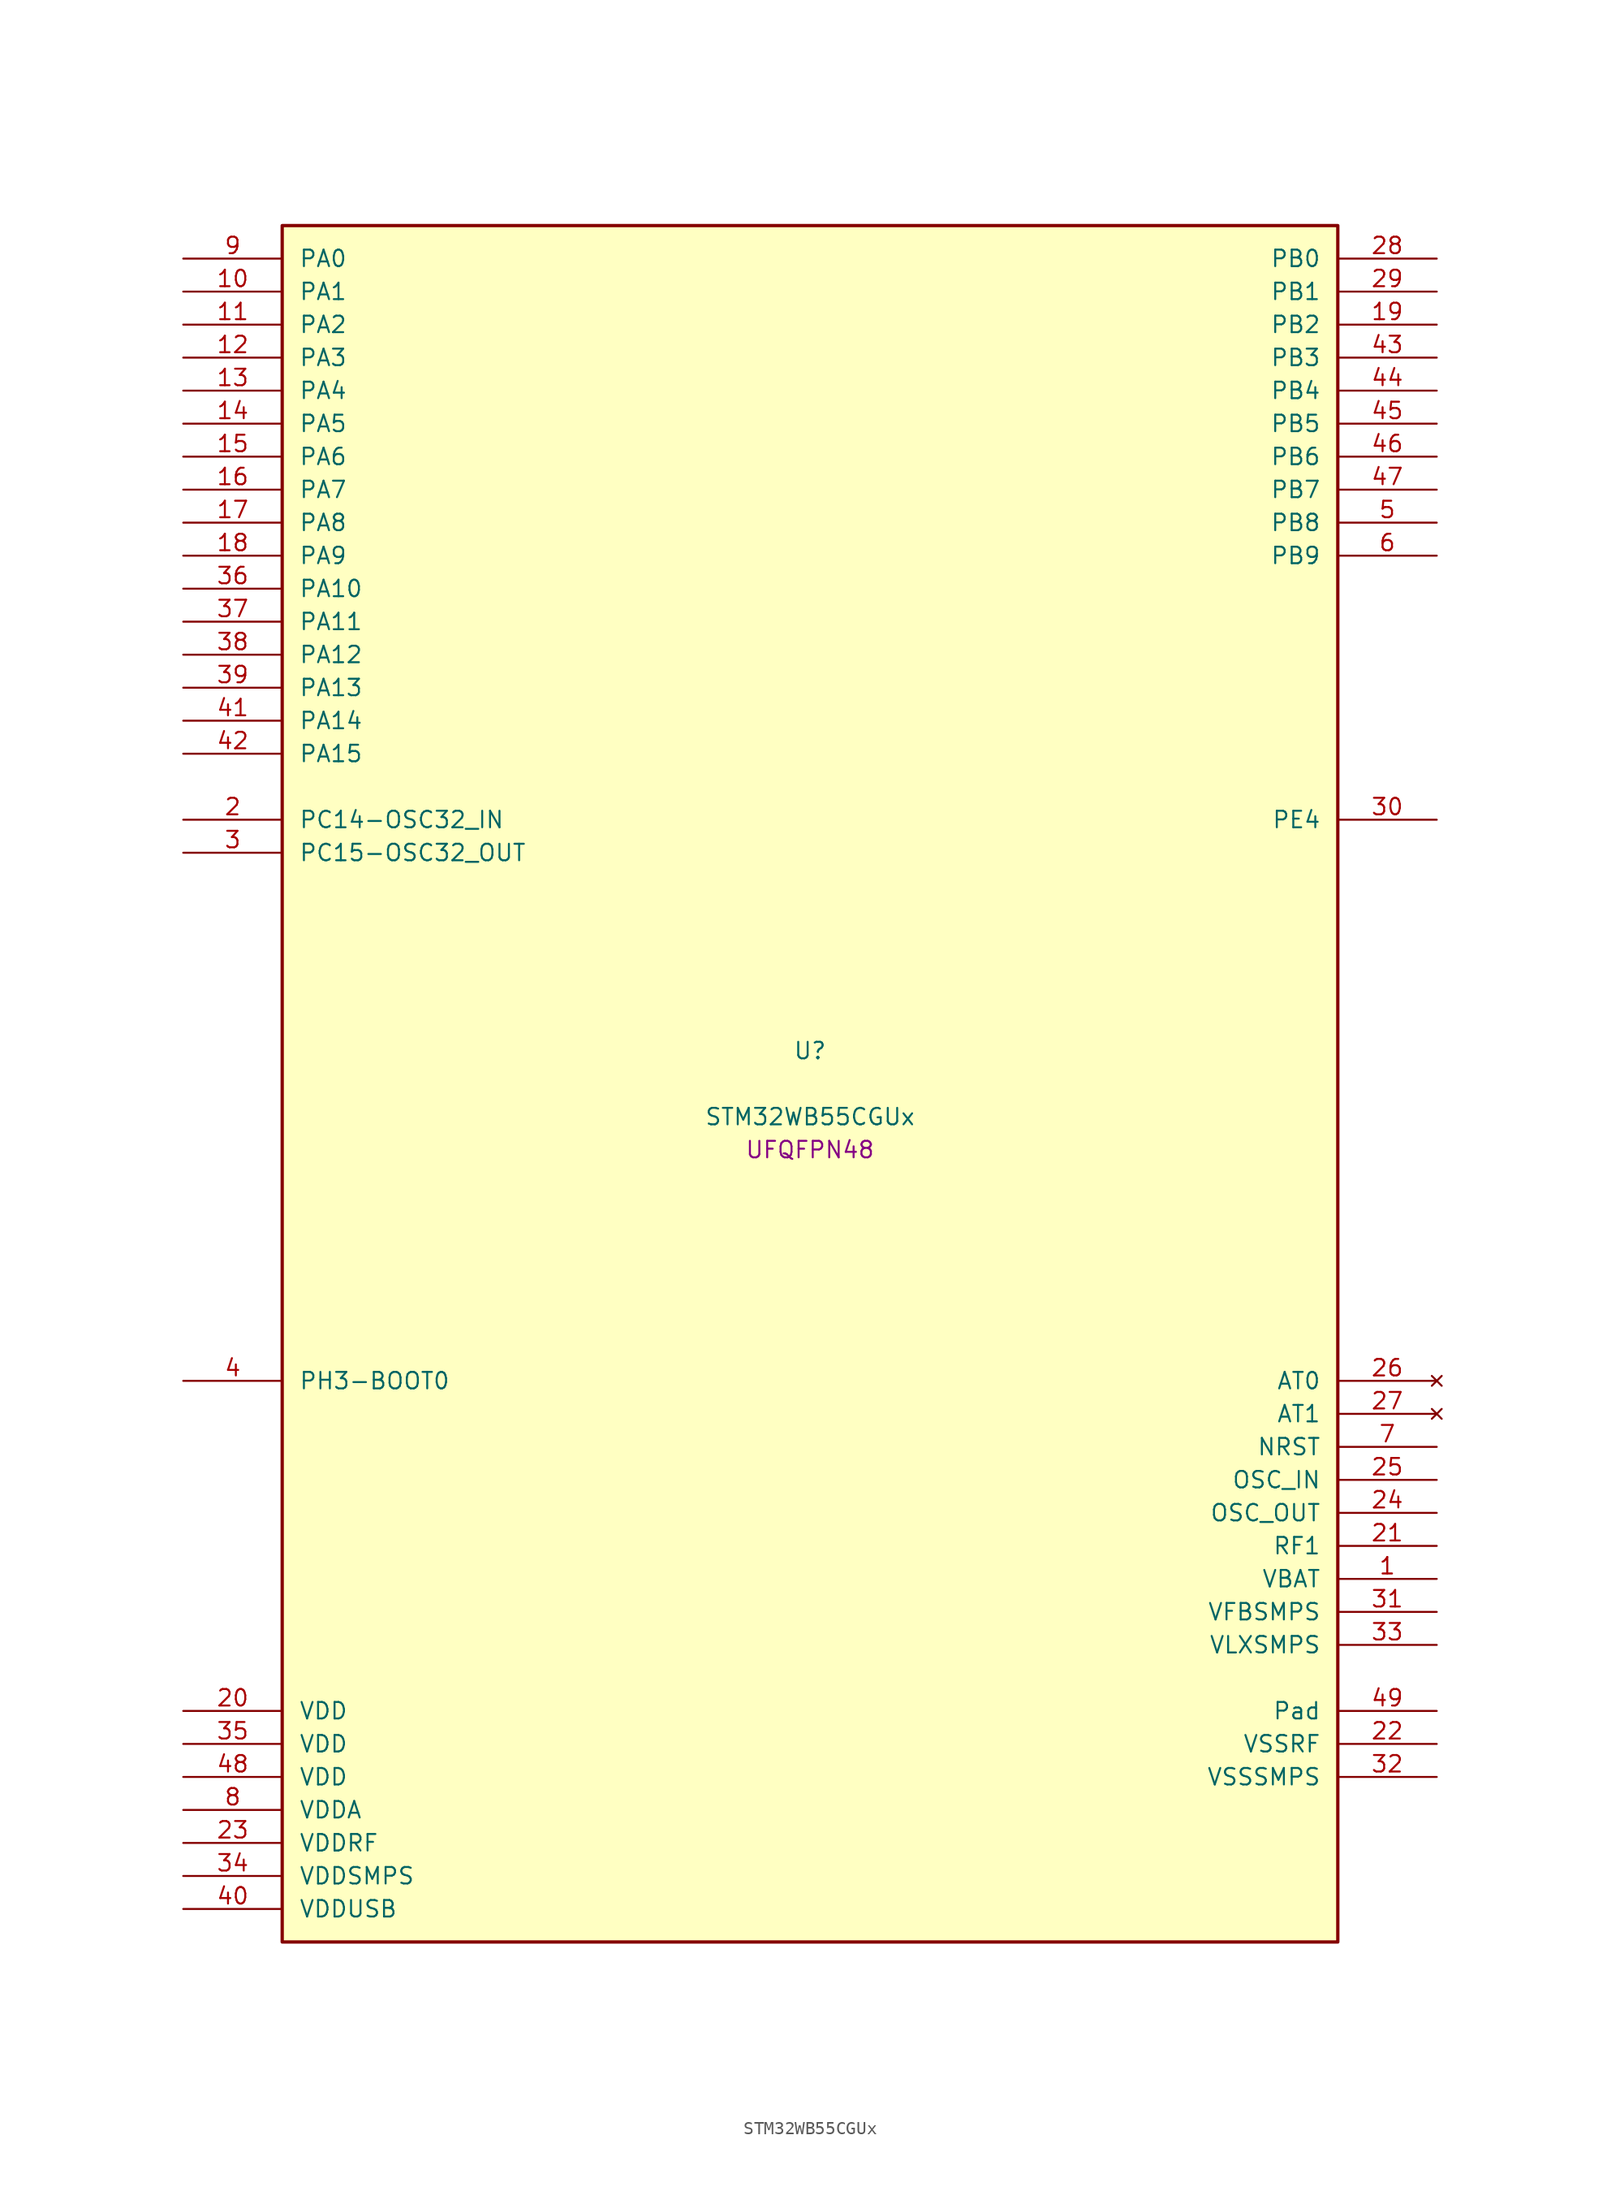
<source format=kicad_sym>
(kicad_symbol_lib
  (version 20241209)
  (generator "stm32_pkl_generator")
  (generator_version "1.0")
  (symbol "STM32WB55CGUx"
    (pin_names
      (offset 1.27))
    (property "Reference" "U"
      (at 0 2.54 0))
    (property "Value" "STM32WB55CGUx"
      (at 0 -2.54 0))
    (property "Footprint" "UFQFPN48"
      (at 0 -5.08 0))
    (symbol "STM32WB55CGUx_1_1"
      (rectangle (start -40.64 66.04) (end 40.64 -66.04) (stroke (width 0.254) (type solid)) (fill (type background)))
      (pin bidirectional line (at -48.26 63.5 0) (length 7.62) (name "PA0") (number "9") (alternate "PA0/ADC1_IN5" bidirectional line) (alternate "PA0/COMP1_INM" bidirectional line) (alternate "PA0/COMP1_OUT" bidirectional line) (alternate "PA0/RTC_TAMP2" bidirectional line) (alternate "PA0/SAI1_EXTCLK" bidirectional line) (alternate "PA0/SYS_WKUP1" bidirectional line) (alternate "PA0/TIM2_CH1" bidirectional line) (alternate "PA0/TIM2_ETR" bidirectional line))
      (pin bidirectional line (at -48.26 60.96 0) (length 7.62) (name "PA1") (number "10") (alternate "PA1/ADC1_IN6" bidirectional line) (alternate "PA1/COMP1_INP" bidirectional line) (alternate "PA1/I2C1_SMBA" bidirectional line) (alternate "PA1/LCD_SEG0" bidirectional line) (alternate "PA1/SPI1_SCK" bidirectional line) (alternate "PA1/TIM2_CH2" bidirectional line))
      (pin bidirectional line (at -48.26 58.42 0) (length 7.62) (name "PA2") (number "11") (alternate "PA2/ADC1_IN7" bidirectional line) (alternate "PA2/COMP2_INM" bidirectional line) (alternate "PA2/COMP2_OUT" bidirectional line) (alternate "PA2/LCD_SEG1" bidirectional line) (alternate "PA2/LPUART1_TX" bidirectional line) (alternate "PA2/QUADSPI_BK1_NCS" bidirectional line) (alternate "PA2/RCC_LSCO" bidirectional line) (alternate "PA2/SYS_WKUP4" bidirectional line) (alternate "PA2/TIM2_CH3" bidirectional line))
      (pin bidirectional line (at -48.26 55.88 0) (length 7.62) (name "PA3") (number "12") (alternate "PA3/ADC1_IN8" bidirectional line) (alternate "PA3/COMP2_INP" bidirectional line) (alternate "PA3/LCD_SEG2" bidirectional line) (alternate "PA3/LPUART1_RX" bidirectional line) (alternate "PA3/QUADSPI_CLK" bidirectional line) (alternate "PA3/SAI1_CK1" bidirectional line) (alternate "PA3/SAI1_MCLK_A" bidirectional line) (alternate "PA3/TIM2_CH4" bidirectional line))
      (pin bidirectional line (at -48.26 53.34 0) (length 7.62) (name "PA4") (number "13") (alternate "PA4/ADC1_IN9" bidirectional line) (alternate "PA4/COMP1_INM" bidirectional line) (alternate "PA4/COMP2_INM" bidirectional line) (alternate "PA4/LCD_SEG5" bidirectional line) (alternate "PA4/LPTIM2_OUT" bidirectional line) (alternate "PA4/SAI1_FS_B" bidirectional line) (alternate "PA4/SPI1_NSS" bidirectional line))
      (pin bidirectional line (at -48.26 50.8 0) (length 7.62) (name "PA5") (number "14") (alternate "PA5/ADC1_IN10" bidirectional line) (alternate "PA5/COMP1_INM" bidirectional line) (alternate "PA5/COMP2_INM" bidirectional line) (alternate "PA5/LPTIM2_ETR" bidirectional line) (alternate "PA5/SAI1_SD_B" bidirectional line) (alternate "PA5/SPI1_SCK" bidirectional line) (alternate "PA5/TIM2_CH1" bidirectional line) (alternate "PA5/TIM2_ETR" bidirectional line))
      (pin bidirectional line (at -48.26 48.26 0) (length 7.62) (name "PA6") (number "15") (alternate "PA6/ADC1_IN11" bidirectional line) (alternate "PA6/LCD_SEG3" bidirectional line) (alternate "PA6/LPUART1_CTS" bidirectional line) (alternate "PA6/QUADSPI_BK1_IO3" bidirectional line) (alternate "PA6/SPI1_MISO" bidirectional line) (alternate "PA6/TIM16_CH1" bidirectional line) (alternate "PA6/TIM1_BKIN" bidirectional line))
      (pin bidirectional line (at -48.26 45.72 0) (length 7.62) (name "PA7") (number "16") (alternate "PA7/ADC1_IN12" bidirectional line) (alternate "PA7/COMP2_OUT" bidirectional line) (alternate "PA7/I2C3_SCL" bidirectional line) (alternate "PA7/LCD_SEG4" bidirectional line) (alternate "PA7/QUADSPI_BK1_IO2" bidirectional line) (alternate "PA7/SPI1_MOSI" bidirectional line) (alternate "PA7/TIM17_CH1" bidirectional line) (alternate "PA7/TIM1_CH1N" bidirectional line))
      (pin bidirectional line (at -48.26 43.18 0) (length 7.62) (name "PA8") (number "17") (alternate "PA8/ADC1_IN15" bidirectional line) (alternate "PA8/LCD_COM0" bidirectional line) (alternate "PA8/LPTIM2_OUT" bidirectional line) (alternate "PA8/RCC_MCO" bidirectional line) (alternate "PA8/SAI1_CK2" bidirectional line) (alternate "PA8/SAI1_SCK_A" bidirectional line) (alternate "PA8/TIM1_CH1" bidirectional line) (alternate "PA8/USART1_CK" bidirectional line))
      (pin bidirectional line (at -48.26 40.64 0) (length 7.62) (name "PA9") (number "18") (alternate "PA9/ADC1_IN16" bidirectional line) (alternate "PA9/COMP1_INM" bidirectional line) (alternate "PA9/I2C1_SCL" bidirectional line) (alternate "PA9/LCD_COM1" bidirectional line) (alternate "PA9/SAI1_D2" bidirectional line) (alternate "PA9/SAI1_FS_A" bidirectional line) (alternate "PA9/TIM1_CH2" bidirectional line) (alternate "PA9/USART1_TX" bidirectional line))
      (pin bidirectional line (at -48.26 38.1 0) (length 7.62) (name "PA10") (number "36") (alternate "PA10/CRS_SYNC" bidirectional line) (alternate "PA10/I2C1_SDA" bidirectional line) (alternate "PA10/LCD_COM2" bidirectional line) (alternate "PA10/SAI1_D1" bidirectional line) (alternate "PA10/SAI1_SD_A" bidirectional line) (alternate "PA10/TIM17_BKIN" bidirectional line) (alternate "PA10/TIM1_CH3" bidirectional line) (alternate "PA10/USART1_RX" bidirectional line))
      (pin bidirectional line (at -48.26 35.56 0) (length 7.62) (name "PA11") (number "37") (alternate "PA11/ADC1_EXTI11" bidirectional line) (alternate "PA11/SPI1_MISO" bidirectional line) (alternate "PA11/TIM1_BKIN2" bidirectional line) (alternate "PA11/TIM1_CH4" bidirectional line) (alternate "PA11/USART1_CTS" bidirectional line) (alternate "PA11/USART1_NSS" bidirectional line) (alternate "PA11/USB_DM" bidirectional line))
      (pin bidirectional line (at -48.26 33.02 0) (length 7.62) (name "PA12") (number "38") (alternate "PA12/LPUART1_RX" bidirectional line) (alternate "PA12/SPI1_MOSI" bidirectional line) (alternate "PA12/TIM1_ETR" bidirectional line) (alternate "PA12/USART1_DE" bidirectional line) (alternate "PA12/USART1_RTS" bidirectional line) (alternate "PA12/USB_DP" bidirectional line))
      (pin bidirectional line (at -48.26 30.48 0) (length 7.62) (name "PA13") (number "39") (alternate "PA13/IR_OUT" bidirectional line) (alternate "PA13/SAI1_SD_B" bidirectional line) (alternate "PA13/SYS_JTMS-SWDIO" bidirectional line) (alternate "PA13/USB_NOE" bidirectional line))
      (pin bidirectional line (at -48.26 27.94 0) (length 7.62) (name "PA14") (number "41") (alternate "PA14/I2C1_SMBA" bidirectional line) (alternate "PA14/LCD_SEG5" bidirectional line) (alternate "PA14/LPTIM1_OUT" bidirectional line) (alternate "PA14/SAI1_FS_B" bidirectional line) (alternate "PA14/SYS_JTCK-SWCLK" bidirectional line))
      (pin bidirectional line (at -48.26 25.4 0) (length 7.62) (name "PA15") (number "42") (alternate "PA15/ADC1_EXTI15" bidirectional line) (alternate "PA15/LCD_SEG17" bidirectional line) (alternate "PA15/RCC_MCO" bidirectional line) (alternate "PA15/SPI1_NSS" bidirectional line) (alternate "PA15/SYS_JTDI" bidirectional line) (alternate "PA15/TIM2_CH1" bidirectional line) (alternate "PA15/TIM2_ETR" bidirectional line))
      (pin bidirectional line (at 48.26 63.5 180) (length 7.62) (name "PB0") (number "28") (alternate "PB0/COMP1_OUT" bidirectional line) (alternate "PB0/RF_TX_MOD_EXT_PA" bidirectional line))
      (pin bidirectional line (at 48.26 60.96 180) (length 7.62) (name "PB1") (number "29") (alternate "PB1/LPTIM2_IN1" bidirectional line) (alternate "PB1/LPUART1_DE" bidirectional line) (alternate "PB1/LPUART1_RTS" bidirectional line))
      (pin bidirectional line (at 48.26 58.42 180) (length 7.62) (name "PB2") (number "19") (alternate "PB2/COMP1_INP" bidirectional line) (alternate "PB2/I2C3_SMBA" bidirectional line) (alternate "PB2/LCD_VLCD" bidirectional line) (alternate "PB2/LPTIM1_OUT" bidirectional line) (alternate "PB2/RTC_OUT2" bidirectional line) (alternate "PB2/SAI1_EXTCLK" bidirectional line) (alternate "PB2/SPI1_NSS" bidirectional line))
      (pin bidirectional line (at 48.26 55.88 180) (length 7.62) (name "PB3") (number "43") (alternate "PB3/COMP2_INM" bidirectional line) (alternate "PB3/LCD_SEG7" bidirectional line) (alternate "PB3/SAI1_SCK_B" bidirectional line) (alternate "PB3/SPI1_SCK" bidirectional line) (alternate "PB3/SYS_JTDO-SWO" bidirectional line) (alternate "PB3/TIM2_CH2" bidirectional line) (alternate "PB3/USART1_DE" bidirectional line) (alternate "PB3/USART1_RTS" bidirectional line))
      (pin bidirectional line (at 48.26 53.34 180) (length 7.62) (name "PB4") (number "44") (alternate "PB4/COMP2_INP" bidirectional line) (alternate "PB4/I2C3_SDA" bidirectional line) (alternate "PB4/LCD_SEG8" bidirectional line) (alternate "PB4/SAI1_MCLK_B" bidirectional line) (alternate "PB4/SPI1_MISO" bidirectional line) (alternate "PB4/SYS_JTRST" bidirectional line) (alternate "PB4/TIM17_BKIN" bidirectional line) (alternate "PB4/USART1_CTS" bidirectional line) (alternate "PB4/USART1_NSS" bidirectional line))
      (pin bidirectional line (at 48.26 50.8 180) (length 7.62) (name "PB5") (number "45") (alternate "PB5/COMP2_OUT" bidirectional line) (alternate "PB5/I2C1_SMBA" bidirectional line) (alternate "PB5/LCD_SEG9" bidirectional line) (alternate "PB5/LPTIM1_IN1" bidirectional line) (alternate "PB5/LPUART1_TX" bidirectional line) (alternate "PB5/SAI1_SD_B" bidirectional line) (alternate "PB5/SPI1_MOSI" bidirectional line) (alternate "PB5/TIM16_BKIN" bidirectional line) (alternate "PB5/USART1_CK" bidirectional line))
      (pin bidirectional line (at 48.26 48.26 180) (length 7.62) (name "PB6") (number "46") (alternate "PB6/COMP2_INP" bidirectional line) (alternate "PB6/I2C1_SCL" bidirectional line) (alternate "PB6/LCD_SEG6" bidirectional line) (alternate "PB6/LPTIM1_ETR" bidirectional line) (alternate "PB6/RCC_MCO" bidirectional line) (alternate "PB6/SAI1_FS_B" bidirectional line) (alternate "PB6/TIM16_CH1N" bidirectional line) (alternate "PB6/USART1_TX" bidirectional line))
      (pin bidirectional line (at 48.26 45.72 180) (length 7.62) (name "PB7") (number "47") (alternate "PB7/COMP2_INM" bidirectional line) (alternate "PB7/I2C1_SDA" bidirectional line) (alternate "PB7/LCD_SEG21" bidirectional line) (alternate "PB7/LPTIM1_IN2" bidirectional line) (alternate "PB7/SYS_PVD_IN" bidirectional line) (alternate "PB7/TIM17_CH1N" bidirectional line) (alternate "PB7/TIM1_BKIN" bidirectional line) (alternate "PB7/USART1_RX" bidirectional line))
      (pin bidirectional line (at 48.26 43.18 180) (length 7.62) (name "PB8") (number "5") (alternate "PB8/I2C1_SCL" bidirectional line) (alternate "PB8/LCD_SEG16" bidirectional line) (alternate "PB8/QUADSPI_BK1_IO1" bidirectional line) (alternate "PB8/SAI1_CK1" bidirectional line) (alternate "PB8/SAI1_MCLK_A" bidirectional line) (alternate "PB8/TIM16_CH1" bidirectional line) (alternate "PB8/TIM1_CH2N" bidirectional line))
      (pin bidirectional line (at 48.26 40.64 180) (length 7.62) (name "PB9") (number "6") (alternate "PB9/I2C1_SDA" bidirectional line) (alternate "PB9/IR_OUT" bidirectional line) (alternate "PB9/LCD_COM3" bidirectional line) (alternate "PB9/QUADSPI_BK1_IO0" bidirectional line) (alternate "PB9/SAI1_D2" bidirectional line) (alternate "PB9/SAI1_FS_A" bidirectional line) (alternate "PB9/TIM17_CH1" bidirectional line) (alternate "PB9/TIM1_CH3N" bidirectional line))
      (pin bidirectional line (at -48.26 20.32 0) (length 7.62) (name "PC14-OSC32_IN") (number "2") (alternate "PC14-OSC32_IN/RCC_OSC32_IN" bidirectional line))
      (pin bidirectional line (at -48.26 17.78 0) (length 7.62) (name "PC15-OSC32_OUT") (number "3") (alternate "PC15-OSC32_OUT/ADC1_EXTI15" bidirectional line) (alternate "PC15-OSC32_OUT/RCC_OSC32_OUT" bidirectional line))
      (pin bidirectional line (at 48.26 20.32 180) (length 7.62) (name "PE4") (number "30"))
      (pin bidirectional line (at -48.26 -22.86 0) (length 7.62) (name "PH3-BOOT0") (number "4") (alternate "PH3-BOOT0/RCC_LSCO" bidirectional line))
      (pin no_connect line (at 48.26 -22.86 180) (length 7.62) (name "AT0") (number "26"))
      (pin no_connect line (at 48.26 -25.4 180) (length 7.62) (name "AT1") (number "27"))
      (pin input line (at 48.26 -27.94 180) (length 7.62) (name "NRST") (number "7"))
      (pin bidirectional line (at 48.26 -30.48 180) (length 7.62) (name "OSC_IN") (number "25") (alternate "OSC_IN/RCC_OSC_IN" bidirectional line))
      (pin bidirectional line (at 48.26 -33.02 180) (length 7.62) (name "OSC_OUT") (number "24") (alternate "OSC_OUT/RCC_OSC_OUT" bidirectional line))
      (pin bidirectional line (at 48.26 -35.56 180) (length 7.62) (name "RF1") (number "21") (alternate "RF1/RF_RF1" bidirectional line))
      (pin power_in line (at 48.26 -38.1 180) (length 7.62) (name "VBAT") (number "1"))
      (pin power_in line (at 48.26 -40.64 180) (length 7.62) (name "VFBSMPS") (number "31"))
      (pin power_in line (at 48.26 -43.18 180) (length 7.62) (name "VLXSMPS") (number "33"))
      (pin power_in line (at -48.26 -48.26 0) (length 7.62) (name "VDD") (number "20"))
      (pin power_in line (at -48.26 -50.8 0) (length 7.62) (name "VDD") (number "35"))
      (pin power_in line (at -48.26 -53.34 0) (length 7.62) (name "VDD") (number "48"))
      (pin power_in line (at -48.26 -55.88 0) (length 7.62) (name "VDDA") (number "8"))
      (pin power_in line (at -48.26 -58.42 0) (length 7.62) (name "VDDRF") (number "23"))
      (pin power_in line (at -48.26 -60.96 0) (length 7.62) (name "VDDSMPS") (number "34"))
      (pin power_in line (at -48.26 -63.5 0) (length 7.62) (name "VDDUSB") (number "40"))
      (pin passive line (at 48.26 -48.26 180) (length 7.62) (name "Pad") (number "49"))
      (pin power_in line (at 48.26 -50.8 180) (length 7.62) (name "VSSRF") (number "22"))
      (pin power_in line (at 48.26 -53.34 180) (length 7.62) (name "VSSSMPS") (number "32")))))
</source>
